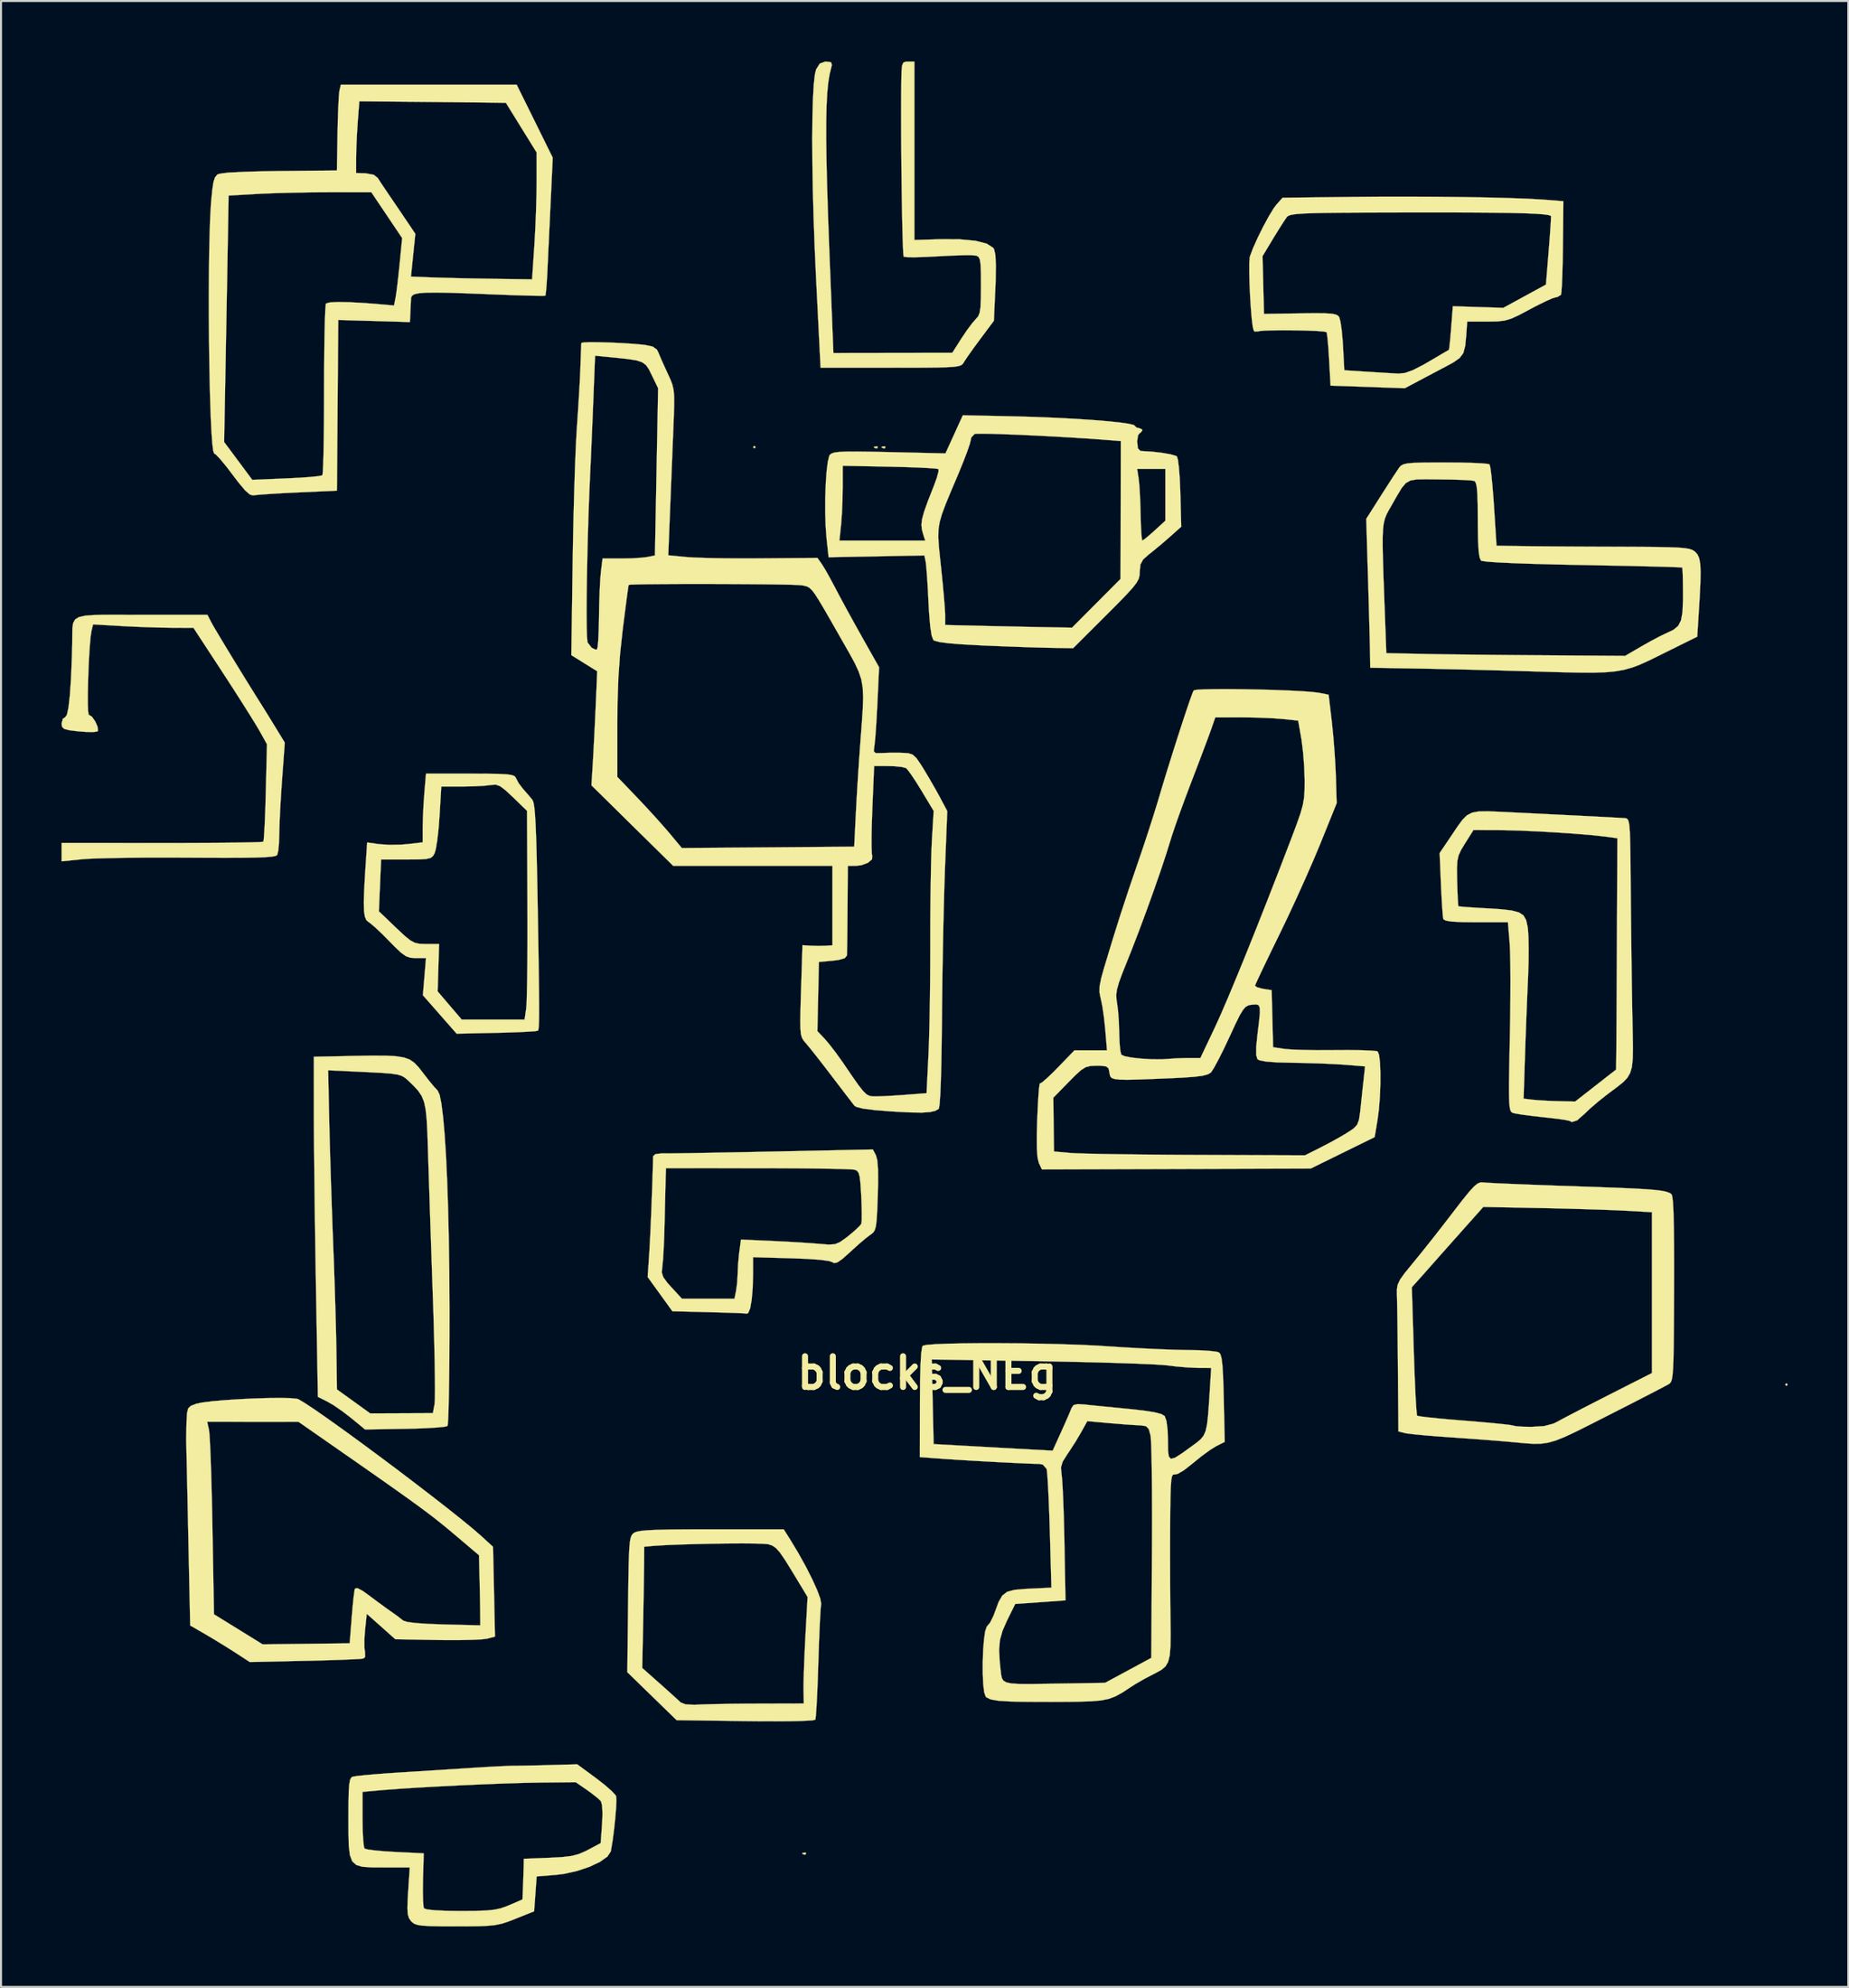
<source format=kicad_pcb>
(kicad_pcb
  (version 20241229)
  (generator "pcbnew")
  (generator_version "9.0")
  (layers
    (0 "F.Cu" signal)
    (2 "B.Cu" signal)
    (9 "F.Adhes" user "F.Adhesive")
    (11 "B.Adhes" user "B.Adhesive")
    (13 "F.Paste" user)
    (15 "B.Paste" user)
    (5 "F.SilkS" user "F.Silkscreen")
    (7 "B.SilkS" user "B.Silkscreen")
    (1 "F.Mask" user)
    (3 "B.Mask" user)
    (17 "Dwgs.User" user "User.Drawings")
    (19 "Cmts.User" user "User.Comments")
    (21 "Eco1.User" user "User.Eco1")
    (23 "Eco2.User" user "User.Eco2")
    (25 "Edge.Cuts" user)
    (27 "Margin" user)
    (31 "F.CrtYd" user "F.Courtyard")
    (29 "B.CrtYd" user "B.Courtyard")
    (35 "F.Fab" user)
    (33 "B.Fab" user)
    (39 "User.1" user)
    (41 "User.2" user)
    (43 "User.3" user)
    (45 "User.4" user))
  (footprint "blocks_NEg"
    (layer "F.Cu")
    (at 42.931 65.029)
    (property "Reference" "blocks_NEg" (at 0 0 0) (layer "F.SilkS") (effects (font (size 1.524 1.524) (thickness 0.3))))
    (attr through_hole)
    (fp_poly (pts (xy -8.509 -45.91) (xy -8.572 -45.847) (xy -8.636 -45.91) (xy -8.572 -45.974) (xy -8.509 -45.91)) (stroke (width 0.01) (type solid)) (fill yes) (layer "F.SilkS"))
    (fp_poly (pts (xy 42.672 0.572) (xy 42.608 0.635) (xy 42.545 0.572) (xy 42.608 0.508) (xy 42.672 0.572)) (stroke (width 0.01) (type solid)) (fill yes) (layer "F.SilkS"))
    (fp_poly (pts (xy -6.011 23.791) (xy -6.029 23.867) (xy -6.096 23.876) (xy -6.201 23.83) (xy -6.181 23.791) (xy -6.03 23.776) (xy -6.011 23.791)) (stroke (width 0.01) (type solid)) (fill yes) (layer "F.SilkS"))
    (fp_poly (pts (xy -2.455 -45.932) (xy -2.473 -45.856) (xy -2.54 -45.847) (xy -2.645 -45.893) (xy -2.625 -45.932) (xy -2.474 -45.947) (xy -2.455 -45.932)) (stroke (width 0.01) (type solid)) (fill yes) (layer "F.SilkS"))
    (fp_poly (pts (xy -2.074 -45.932) (xy -2.092 -45.856) (xy -2.159 -45.847) (xy -2.264 -45.893) (xy -2.244 -45.932) (xy -2.093 -45.947) (xy -2.074 -45.932)) (stroke (width 0.01) (type solid)) (fill yes) (layer "F.SilkS"))
    (fp_poly (pts (xy -6.794 8.256) (xy -6.393 8.921) (xy -6.022 9.589) (xy -5.703 10.219) (xy -5.455 10.767) (xy -5.3 11.189) (xy -5.258 11.442) (xy -5.26 11.45) (xy -5.282 11.664) (xy -5.309 12.088) (xy -5.338 12.68) (xy -5.367 13.398) (xy -5.394 14.198) (xy -5.401 14.409) (xy -5.427 15.209) (xy -5.457 15.924) (xy -5.488 16.515) (xy -5.517 16.941) (xy -5.543 17.165) (xy -5.55 17.187) (xy -5.694 17.218) (xy -6.064 17.242) (xy -6.631 17.258) (xy -7.368 17.265) (xy -8.246 17.264) (xy -9.025 17.256) (xy -12.427 17.209) (xy -13.649 16.02) (xy -14.871 14.832) (xy -14.868 14.622) (xy -14.132 14.622) (xy -13.257 15.398) (xy -12.852 15.759) (xy -12.508 16.07) (xy -12.278 16.281) (xy -12.226 16.331) (xy -11.982 16.426) (xy -11.546 16.449) (xy -11.4 16.441) (xy -11.052 16.426) (xy -10.507 16.412) (xy -9.822 16.4) (xy -9.053 16.392) (xy -8.425 16.389) (xy -6.119 16.383) (xy -6.133 15.716) (xy -6.131 15.351) (xy -6.116 14.796) (xy -6.09 14.118) (xy -6.056 13.38) (xy -6.04 13.075) (xy -5.932 11.101) (xy -6.695 9.839) (xy -7.037 9.285) (xy -7.292 8.912) (xy -7.493 8.682) (xy -7.678 8.553) (xy -7.88 8.486) (xy -7.888 8.484) (xy -8.128 8.463) (xy -8.573 8.451) (xy -9.176 8.446) (xy -9.889 8.45) (xy -10.663 8.46) (xy -11.451 8.477) (xy -12.204 8.499) (xy -12.874 8.525) (xy -13.413 8.556) (xy -13.589 8.569) (xy -14.034 8.609) (xy -14.041 9.543) (xy -14.047 10.004) (xy -14.056 10.648) (xy -14.069 11.403) (xy -14.083 12.197) (xy -14.09 12.55) (xy -14.132 14.622) (xy -14.868 14.622) (xy -14.833 11.47) (xy -14.821 10.455) (xy -14.808 9.665) (xy -14.791 9.069) (xy -14.769 8.637) (xy -14.739 8.338) (xy -14.698 8.144) (xy -14.645 8.024) (xy -14.576 7.948) (xy -14.549 7.927) (xy -14.429 7.872) (xy -14.219 7.829) (xy -13.893 7.797) (xy -13.423 7.774) (xy -12.782 7.758) (xy -11.945 7.75) (xy -10.885 7.747) (xy -10.709 7.747) (xy -7.115 7.747) (xy -6.794 8.256)) (stroke (width 0.01) (type solid)) (fill yes) (layer "F.SilkS"))
    (fp_poly (pts (xy -0.635 -56.179) (xy 0.641 -56.218) (xy 1.622 -56.214) (xy 2.396 -56.141) (xy 2.949 -55.999) (xy 3.271 -55.792) (xy 3.317 -55.725) (xy 3.38 -55.447) (xy 3.406 -54.921) (xy 3.395 -54.153) (xy 3.381 -53.819) (xy 3.306 -52.173) (xy 2.626 -51.264) (xy 2.303 -50.824) (xy 2.027 -50.436) (xy 1.843 -50.162) (xy 1.808 -50.102) (xy 1.757 -50.026) (xy 1.676 -49.968) (xy 1.537 -49.923) (xy 1.311 -49.891) (xy 0.968 -49.87) (xy 0.478 -49.857) (xy -0.186 -49.85) (xy -1.054 -49.848) (xy -1.809 -49.847) (xy -5.286 -49.847) (xy -5.511 -54.292) (xy -5.58 -55.811) (xy -5.634 -57.286) (xy -5.672 -58.694) (xy -5.694 -60.01) (xy -5.701 -61.211) (xy -5.691 -62.273) (xy -5.666 -63.173) (xy -5.626 -63.887) (xy -5.569 -64.392) (xy -5.509 -64.637) (xy -5.327 -64.926) (xy -5.067 -65.022) (xy -5.008 -65.024) (xy -4.77 -64.994) (xy -4.726 -64.859) (xy -4.756 -64.738) (xy -4.84 -64.4) (xy -4.907 -63.985) (xy -4.957 -63.473) (xy -4.991 -62.846) (xy -5.008 -62.086) (xy -5.009 -61.173) (xy -4.994 -60.088) (xy -4.963 -58.814) (xy -4.916 -57.33) (xy -4.853 -55.619) (xy -4.825 -54.911) (xy -4.652 -50.577) (xy 1.244 -50.586) (xy 1.708 -51.314) (xy 1.985 -51.724) (xy 2.247 -52.073) (xy 2.419 -52.266) (xy 2.529 -52.394) (xy 2.601 -52.573) (xy 2.643 -52.854) (xy 2.662 -53.289) (xy 2.667 -53.916) (xy 2.664 -54.539) (xy 2.648 -54.953) (xy 2.613 -55.203) (xy 2.551 -55.336) (xy 2.454 -55.397) (xy 2.419 -55.407) (xy 2.202 -55.424) (xy 1.789 -55.424) (xy 1.238 -55.407) (xy 0.605 -55.375) (xy 0.546 -55.372) (xy -0.072 -55.34) (xy -0.596 -55.325) (xy -0.974 -55.328) (xy -1.158 -55.349) (xy -1.165 -55.354) (xy -1.184 -55.493) (xy -1.203 -55.854) (xy -1.221 -56.401) (xy -1.238 -57.102) (xy -1.254 -57.923) (xy -1.267 -58.831) (xy -1.278 -59.791) (xy -1.287 -60.772) (xy -1.291 -61.739) (xy -1.292 -62.658) (xy -1.289 -63.496) (xy -1.283 -64.04) (xy -1.273 -64.534) (xy -1.246 -64.827) (xy -1.185 -64.971) (xy -1.073 -65.019) (xy -0.953 -65.024) (xy -0.635 -65.024) (xy -0.635 -56.179)) (stroke (width 0.01) (type solid)) (fill yes) (layer "F.SilkS"))
    (fp_poly (pts (xy -26.883 -15.738) (xy -26.352 -15.712) (xy -25.96 -15.65) (xy -25.667 -15.545) (xy -25.434 -15.386) (xy -25.223 -15.165) (xy -25.005 -14.885) (xy -24.707 -14.5) (xy -24.446 -14.185) (xy -24.278 -14.007) (xy -24.277 -14.006) (xy -24.181 -13.799) (xy -24.09 -13.354) (xy -24.007 -12.689) (xy -23.931 -11.82) (xy -23.864 -10.764) (xy -23.807 -9.537) (xy -23.76 -8.156) (xy -23.724 -6.638) (xy -23.7 -4.999) (xy -23.69 -3.257) (xy -23.69 -2.963) (xy -23.691 -1.806) (xy -23.697 -0.727) (xy -23.707 0.247) (xy -23.721 1.089) (xy -23.737 1.774) (xy -23.756 2.274) (xy -23.777 2.563) (xy -23.791 2.625) (xy -23.948 2.663) (xy -24.314 2.699) (xy -24.841 2.731) (xy -25.484 2.754) (xy -25.886 2.763) (xy -27.877 2.795) (xy -28.575 2.222) (xy -29.007 1.89) (xy -29.439 1.593) (xy -29.745 1.415) (xy -30.216 1.18) (xy -30.315 -4.458) (xy -30.337 -5.764) (xy -30.357 -7.101) (xy -30.375 -8.426) (xy -30.39 -9.693) (xy -30.403 -10.855) (xy -30.411 -11.869) (xy -30.415 -12.687) (xy -30.415 -12.89) (xy -30.416 -15.012) (xy -29.708 -15.012) (xy -29.654 -12.491) (xy -29.633 -11.631) (xy -29.603 -10.59) (xy -29.567 -9.441) (xy -29.527 -8.254) (xy -29.486 -7.105) (xy -29.462 -6.477) (xy -29.422 -5.433) (xy -29.386 -4.356) (xy -29.353 -3.309) (xy -29.326 -2.35) (xy -29.307 -1.541) (xy -29.299 -1.088) (xy -29.273 0.809) (xy -28.448 1.404) (xy -27.622 2) (xy -26.068 1.994) (xy -24.514 1.987) (xy -24.429 1.533) (xy -24.414 1.306) (xy -24.409 0.856) (xy -24.413 0.214) (xy -24.425 -0.588) (xy -24.446 -1.519) (xy -24.474 -2.549) (xy -24.509 -3.646) (xy -24.513 -3.747) (xy -24.555 -4.957) (xy -24.597 -6.197) (xy -24.639 -7.418) (xy -24.677 -8.57) (xy -24.711 -9.605) (xy -24.739 -10.472) (xy -24.755 -10.986) (xy -24.784 -11.875) (xy -24.819 -12.552) (xy -24.87 -13.061) (xy -24.95 -13.443) (xy -25.07 -13.741) (xy -25.244 -13.998) (xy -25.481 -14.255) (xy -25.738 -14.502) (xy -25.892 -14.637) (xy -26.054 -14.734) (xy -26.271 -14.801) (xy -26.589 -14.848) (xy -27.056 -14.884) (xy -27.718 -14.919) (xy -27.903 -14.928) (xy -29.708 -15.012) (xy -30.416 -15.012) (xy -30.416 -15.684) (xy -28.512 -15.723) (xy -27.59 -15.739) (xy -26.883 -15.738)) (stroke (width 0.01) (type solid)) (fill yes) (layer "F.SilkS"))
    (fp_poly (pts (xy -39.897 -37.594) (xy -38.977 -37.592) (xy -35.694 -37.592) (xy -35.484 -37.188) (xy -35.362 -36.971) (xy -35.132 -36.584) (xy -34.824 -36.072) (xy -34.465 -35.48) (xy -34.082 -34.854) (xy -33.703 -34.239) (xy -33.355 -33.68) (xy -33.067 -33.222) (xy -33.019 -33.147) (xy -32.897 -32.951) (xy -32.684 -32.607) (xy -32.423 -32.182) (xy -32.377 -32.107) (xy -31.858 -31.258) (xy -31.994 -29.416) (xy -32.045 -28.67) (xy -32.088 -27.93) (xy -32.118 -27.275) (xy -32.132 -26.78) (xy -32.133 -26.71) (xy -32.148 -26.248) (xy -32.186 -25.877) (xy -32.237 -25.684) (xy -32.32 -25.639) (xy -32.518 -25.603) (xy -32.855 -25.577) (xy -33.349 -25.559) (xy -34.024 -25.549) (xy -34.9 -25.547) (xy -35.999 -25.551) (xy -36.585 -25.554) (xy -37.654 -25.559) (xy -38.69 -25.557) (xy -39.653 -25.548) (xy -40.502 -25.535) (xy -41.199 -25.516) (xy -41.703 -25.493) (xy -41.878 -25.48) (xy -42.926 -25.374) (xy -42.926 -26.286) (xy -37.956 -26.283) (xy -36.858 -26.284) (xy -35.84 -26.288) (xy -34.931 -26.294) (xy -34.158 -26.303) (xy -33.55 -26.314) (xy -33.132 -26.327) (xy -32.934 -26.341) (xy -32.922 -26.345) (xy -32.899 -26.486) (xy -32.873 -26.841) (xy -32.846 -27.368) (xy -32.821 -28.028) (xy -32.8 -28.779) (xy -32.799 -28.794) (xy -32.741 -31.178) (xy -33.106 -31.835) (xy -33.288 -32.143) (xy -33.583 -32.62) (xy -33.961 -33.219) (xy -34.395 -33.898) (xy -34.857 -34.611) (xy -34.928 -34.72) (xy -36.386 -36.949) (xy -37.465 -36.954) (xy -38.076 -36.964) (xy -38.822 -36.987) (xy -39.584 -37.02) (xy -39.955 -37.039) (xy -41.365 -37.121) (xy -41.44 -36.817) (xy -41.485 -36.533) (xy -41.526 -36.087) (xy -41.563 -35.528) (xy -41.592 -34.908) (xy -41.614 -34.276) (xy -41.625 -33.684) (xy -41.625 -33.181) (xy -41.612 -32.818) (xy -41.584 -32.646) (xy -41.575 -32.639) (xy -41.422 -32.543) (xy -41.262 -32.317) (xy -41.146 -32.056) (xy -41.12 -31.856) (xy -41.15 -31.813) (xy -41.337 -31.783) (xy -41.695 -31.787) (xy -42.104 -31.819) (xy -42.548 -31.874) (xy -42.795 -31.938) (xy -42.902 -32.038) (xy -42.926 -32.2) (xy -42.926 -32.209) (xy -42.863 -32.445) (xy -42.752 -32.512) (xy -42.662 -32.638) (xy -42.582 -33.009) (xy -42.514 -33.62) (xy -42.458 -34.461) (xy -42.415 -35.525) (xy -42.398 -36.195) (xy -42.395 -36.615) (xy -42.39 -36.942) (xy -42.353 -37.188) (xy -42.257 -37.363) (xy -42.073 -37.48) (xy -41.773 -37.55) (xy -41.33 -37.585) (xy -40.714 -37.596) (xy -39.897 -37.594)) (stroke (width 0.01) (type solid)) (fill yes) (layer "F.SilkS"))
    (fp_poly (pts (xy -2.545 -10.804) (xy -2.476 -10.554) (xy -2.44 -10.108) (xy -2.436 -9.445) (xy -2.452 -8.788) (xy -2.478 -8.092) (xy -2.506 -7.606) (xy -2.544 -7.285) (xy -2.601 -7.085) (xy -2.684 -6.961) (xy -2.802 -6.87) (xy -2.811 -6.864) (xy -3.051 -6.682) (xy -3.401 -6.385) (xy -3.788 -6.034) (xy -3.819 -6.005) (xy -4.206 -5.659) (xy -4.461 -5.483) (xy -4.62 -5.454) (xy -4.676 -5.489) (xy -4.874 -5.558) (xy -5.312 -5.617) (xy -5.973 -5.663) (xy -6.731 -5.692) (xy -8.636 -5.746) (xy -8.636 -4.923) (xy -8.654 -4.228) (xy -8.703 -3.648) (xy -8.778 -3.22) (xy -8.873 -2.983) (xy -8.939 -2.949) (xy -9.112 -2.962) (xy -9.488 -2.979) (xy -10.018 -2.997) (xy -10.65 -3.015) (xy -10.858 -3.021) (xy -12.636 -3.065) (xy -13.249 -3.914) (xy -13.862 -4.763) (xy -13.847 -4.987) (xy -13.162 -4.987) (xy -13.09 -4.758) (xy -12.89 -4.482) (xy -12.689 -4.257) (xy -12.16 -3.683) (xy -9.557 -3.683) (xy -9.477 -4.08) (xy -9.422 -4.493) (xy -9.398 -4.941) (xy -9.398 -4.951) (xy -9.379 -5.386) (xy -9.333 -5.887) (xy -9.316 -6.022) (xy -9.235 -6.618) (xy -7.697 -6.55) (xy -6.998 -6.516) (xy -6.3 -6.475) (xy -5.692 -6.434) (xy -5.334 -6.405) (xy -4.879 -6.37) (xy -4.577 -6.39) (xy -4.326 -6.493) (xy -4.027 -6.705) (xy -3.915 -6.792) (xy -3.586 -7.067) (xy -3.347 -7.298) (xy -3.265 -7.407) (xy -3.246 -7.593) (xy -3.244 -7.968) (xy -3.257 -8.469) (xy -3.271 -8.785) (xy -3.306 -9.355) (xy -3.346 -9.722) (xy -3.405 -9.933) (xy -3.494 -10.04) (xy -3.605 -10.084) (xy -3.791 -10.101) (xy -4.2 -10.117) (xy -4.802 -10.13) (xy -5.566 -10.142) (xy -6.461 -10.151) (xy -7.456 -10.156) (xy -8.414 -10.158) (xy -12.954 -10.16) (xy -12.97 -9.684) (xy -12.978 -9.381) (xy -12.99 -8.887) (xy -13.005 -8.266) (xy -13.021 -7.581) (xy -13.024 -7.435) (xy -13.044 -6.752) (xy -13.071 -6.126) (xy -13.102 -5.618) (xy -13.134 -5.29) (xy -13.14 -5.247) (xy -13.162 -4.987) (xy -13.847 -4.987) (xy -13.785 -5.905) (xy -13.755 -6.415) (xy -13.721 -7.109) (xy -13.686 -7.916) (xy -13.653 -8.767) (xy -13.624 -9.592) (xy -13.602 -10.319) (xy -13.592 -10.754) (xy -13.477 -10.856) (xy -13.19 -10.89) (xy -13.176 -10.89) (xy -12.96 -10.89) (xy -12.521 -10.894) (xy -11.887 -10.903) (xy -11.089 -10.917) (xy -10.158 -10.934) (xy -9.123 -10.953) (xy -8.014 -10.976) (xy -7.73 -10.982) (xy -2.697 -11.088) (xy -2.545 -10.804)) (stroke (width 0.01) (type solid)) (fill yes) (layer "F.SilkS"))
    (fp_poly (pts (xy -21.859 -29.716) (xy -21.276 -29.707) (xy -20.875 -29.688) (xy -20.621 -29.655) (xy -20.478 -29.605) (xy -20.409 -29.534) (xy -20.393 -29.496) (xy -20.261 -29.248) (xy -20.04 -28.959) (xy -20.036 -28.955) (xy -19.78 -28.662) (xy -19.577 -28.418) (xy -19.529 -28.303) (xy -19.487 -28.073) (xy -19.451 -27.71) (xy -19.42 -27.19) (xy -19.392 -26.494) (xy -19.366 -25.601) (xy -19.341 -24.488) (xy -19.324 -23.594) (xy -19.299 -22.117) (xy -19.278 -20.875) (xy -19.263 -19.847) (xy -19.252 -19.014) (xy -19.247 -18.356) (xy -19.246 -17.852) (xy -19.251 -17.484) (xy -19.26 -17.232) (xy -19.274 -17.075) (xy -19.293 -16.995) (xy -19.304 -16.976) (xy -19.446 -16.952) (xy -19.798 -16.927) (xy -20.314 -16.902) (xy -20.949 -16.881) (xy -21.352 -16.871) (xy -23.336 -16.828) (xy -24.172 -17.78) (xy -25.009 -18.733) (xy -24.855 -20.574) (xy -25.361 -20.574) (xy -25.622 -20.591) (xy -25.847 -20.668) (xy -26.091 -20.84) (xy -26.412 -21.145) (xy -26.663 -21.402) (xy -27.046 -21.788) (xy -27.39 -22.111) (xy -27.638 -22.319) (xy -27.699 -22.359) (xy -27.81 -22.455) (xy -27.886 -22.626) (xy -27.927 -22.895) (xy -27.192 -22.895) (xy -26.345 -22.084) (xy -25.937 -21.701) (xy -25.647 -21.462) (xy -25.412 -21.334) (xy -25.169 -21.282) (xy -24.856 -21.273) (xy -24.851 -21.273) (xy -24.206 -21.273) (xy -24.242 -20.099) (xy -24.278 -18.925) (xy -23.681 -18.225) (xy -23.083 -17.526) (xy -19.968 -17.526) (xy -19.886 -18.073) (xy -19.867 -18.325) (xy -19.852 -18.798) (xy -19.839 -19.46) (xy -19.829 -20.277) (xy -19.823 -21.218) (xy -19.822 -22.248) (xy -19.824 -23.248) (xy -19.845 -27.877) (xy -20.545 -28.555) (xy -20.92 -28.904) (xy -21.182 -29.1) (xy -21.391 -29.174) (xy -21.606 -29.162) (xy -21.624 -29.159) (xy -21.931 -29.123) (xy -22.401 -29.096) (xy -22.941 -29.083) (xy -23.05 -29.083) (xy -24.097 -29.083) (xy -24.187 -27.579) (xy -24.235 -26.957) (xy -24.299 -26.404) (xy -24.368 -25.984) (xy -24.43 -25.77) (xy -24.514 -25.629) (xy -24.632 -25.54) (xy -24.838 -25.49) (xy -25.183 -25.469) (xy -25.72 -25.464) (xy -25.832 -25.463) (xy -27.081 -25.463) (xy -27.137 -24.179) (xy -27.192 -22.895) (xy -27.927 -22.895) (xy -27.928 -22.906) (xy -27.94 -23.327) (xy -27.922 -23.924) (xy -27.878 -24.728) (xy -27.856 -25.06) (xy -27.773 -26.307) (xy -27.156 -26.222) (xy -26.665 -26.19) (xy -26.091 -26.2) (xy -25.779 -26.226) (xy -25.019 -26.314) (xy -25.019 -27.044) (xy -25.007 -27.557) (xy -24.977 -28.182) (xy -24.937 -28.746) (xy -24.855 -29.718) (xy -22.659 -29.718) (xy -21.859 -29.716)) (stroke (width 0.01) (type solid)) (fill yes) (layer "F.SilkS"))
    (fp_poly (pts (xy -31.586 1.244) (xy -31.26 1.275) (xy -31.18 1.298) (xy -30.855 1.492) (xy -30.359 1.821) (xy -29.724 2.264) (xy -28.977 2.797) (xy -28.149 3.4) (xy -27.269 4.05) (xy -26.366 4.725) (xy -25.471 5.404) (xy -24.612 6.063) (xy -23.818 6.681) (xy -23.12 7.236) (xy -22.547 7.705) (xy -22.128 8.068) (xy -22.109 8.085) (xy -21.532 8.614) (xy -21.483 10.84) (xy -21.435 13.066) (xy -21.828 13.169) (xy -22.087 13.202) (xy -22.546 13.225) (xy -23.153 13.238) (xy -23.854 13.24) (xy -24.3 13.234) (xy -26.378 13.196) (xy -27.085 12.566) (xy -27.793 11.936) (xy -27.88 12.748) (xy -27.912 13.218) (xy -27.91 13.618) (xy -27.881 13.829) (xy -27.874 14.078) (xy -27.963 14.154) (xy -28.135 14.173) (xy -28.521 14.194) (xy -29.082 14.218) (xy -29.778 14.241) (xy -30.568 14.262) (xy -30.861 14.268) (xy -33.592 14.327) (xy -34.353 13.834) (xy -34.878 13.502) (xy -35.449 13.154) (xy -35.832 12.928) (xy -36.548 12.516) (xy -36.642 8.133) (xy -36.664 7.09) (xy -36.685 6.116) (xy -36.704 5.246) (xy -36.72 4.509) (xy -36.733 3.937) (xy -36.741 3.564) (xy -36.745 3.431) (xy -36.745 3.123) (xy -36.737 2.683) (xy -36.729 2.413) (xy -35.707 2.413) (xy -35.616 2.826) (xy -35.592 3.048) (xy -35.566 3.492) (xy -35.538 4.124) (xy -35.511 4.912) (xy -35.485 5.823) (xy -35.462 6.824) (xy -35.447 7.599) (xy -35.37 11.959) (xy -32.956 13.451) (xy -28.639 13.399) (xy -28.539 12.129) (xy -28.492 11.573) (xy -28.444 11.106) (xy -28.402 10.789) (xy -28.383 10.695) (xy -28.264 10.659) (xy -27.989 10.803) (xy -27.697 11.013) (xy -27.266 11.336) (xy -26.835 11.65) (xy -26.607 11.811) (xy -26.284 12.041) (xy -26.035 12.233) (xy -25.986 12.274) (xy -25.787 12.339) (xy -25.362 12.394) (xy -24.735 12.437) (xy -23.993 12.464) (xy -22.162 12.509) (xy -22.167 11.906) (xy -22.172 11.491) (xy -22.182 10.928) (xy -22.195 10.321) (xy -22.199 10.169) (xy -22.225 9.034) (xy -23.336 8.092) (xy -23.701 7.785) (xy -24.047 7.5) (xy -24.4 7.219) (xy -24.785 6.924) (xy -25.227 6.596) (xy -25.751 6.216) (xy -26.381 5.767) (xy -27.143 5.23) (xy -28.062 4.587) (xy -29.163 3.82) (xy -29.273 3.743) (xy -31.178 2.417) (xy -35.707 2.413) (xy -36.729 2.413) (xy -36.728 2.391) (xy -36.706 1.98) (xy -36.647 1.749) (xy -36.513 1.622) (xy -36.263 1.526) (xy -36.26 1.524) (xy -35.951 1.459) (xy -35.462 1.398) (xy -34.843 1.344) (xy -34.145 1.298) (xy -33.419 1.262) (xy -32.717 1.24) (xy -32.088 1.233) (xy -31.586 1.244)) (stroke (width 0.01) (type solid)) (fill yes) (layer "F.SilkS"))
    (fp_poly (pts (xy 27.559 -9.453) (xy 27.76 -9.436) (xy 28.182 -9.413) (xy 28.793 -9.385) (xy 29.558 -9.354) (xy 30.445 -9.32) (xy 31.422 -9.285) (xy 32.004 -9.266) (xy 33.221 -9.224) (xy 34.209 -9.187) (xy 34.995 -9.153) (xy 35.604 -9.119) (xy 36.062 -9.083) (xy 36.394 -9.043) (xy 36.627 -8.998) (xy 36.785 -8.945) (xy 36.895 -8.881) (xy 36.91 -8.87) (xy 36.951 -8.749) (xy 36.984 -8.45) (xy 37.009 -7.959) (xy 37.026 -7.263) (xy 37.036 -6.349) (xy 37.039 -5.204) (xy 37.037 -4.179) (xy 37.032 -2.979) (xy 37.026 -2.008) (xy 37.018 -1.24) (xy 37.005 -0.651) (xy 36.988 -0.215) (xy 36.963 0.093) (xy 36.931 0.299) (xy 36.889 0.426) (xy 36.836 0.502) (xy 36.773 0.549) (xy 36.594 0.646) (xy 36.222 0.841) (xy 35.693 1.115) (xy 35.039 1.451) (xy 34.296 1.831) (xy 33.725 2.122) (xy 32.848 2.567) (xy 32.158 2.912) (xy 31.615 3.166) (xy 31.176 3.341) (xy 30.802 3.449) (xy 30.452 3.501) (xy 30.084 3.508) (xy 29.659 3.481) (xy 29.134 3.431) (xy 29.02 3.42) (xy 28.519 3.376) (xy 27.843 3.322) (xy 27.067 3.264) (xy 26.271 3.208) (xy 26.013 3.19) (xy 25.302 3.139) (xy 24.66 3.086) (xy 24.138 3.036) (xy 23.79 2.993) (xy 23.695 2.975) (xy 23.368 2.893) (xy 23.344 -0.173) (xy 23.336 -1.069) (xy 23.327 -1.915) (xy 23.318 -2.667) (xy 23.308 -3.279) (xy 23.299 -3.708) (xy 23.294 -3.855) (xy 23.292 -4.149) (xy 23.31 -4.255) (xy 24.033 -4.255) (xy 24.129 -1.106) (xy 24.158 -0.237) (xy 24.19 0.545) (xy 24.221 1.207) (xy 24.252 1.712) (xy 24.279 2.025) (xy 24.296 2.114) (xy 24.44 2.146) (xy 24.795 2.191) (xy 25.322 2.246) (xy 25.977 2.306) (xy 26.685 2.364) (xy 27.425 2.425) (xy 28.074 2.483) (xy 28.591 2.536) (xy 28.935 2.578) (xy 29.064 2.606) (xy 29.213 2.637) (xy 29.543 2.659) (xy 29.963 2.667) (xy 30.589 2.63) (xy 31.055 2.506) (xy 31.244 2.414) (xy 31.498 2.275) (xy 31.934 2.046) (xy 32.505 1.749) (xy 33.167 1.409) (xy 33.814 1.079) (xy 35.941 -0.001) (xy 35.941 -7.977) (xy 34.639 -8.05) (xy 34.113 -8.075) (xy 33.394 -8.102) (xy 32.542 -8.129) (xy 31.618 -8.155) (xy 30.684 -8.177) (xy 30.458 -8.181) (xy 27.578 -8.238) (xy 26.584 -7.124) (xy 26.14 -6.625) (xy 25.71 -6.141) (xy 25.35 -5.736) (xy 25.153 -5.513) (xy 24.817 -5.133) (xy 24.484 -4.758) (xy 24.374 -4.636) (xy 24.033 -4.255) (xy 23.31 -4.255) (xy 23.334 -4.388) (xy 23.449 -4.632) (xy 23.667 -4.939) (xy 24.018 -5.37) (xy 24.078 -5.443) (xy 24.463 -5.914) (xy 24.944 -6.517) (xy 25.465 -7.18) (xy 25.97 -7.834) (xy 26.065 -7.958) (xy 26.526 -8.556) (xy 26.866 -8.976) (xy 27.113 -9.247) (xy 27.297 -9.397) (xy 27.445 -9.455) (xy 27.559 -9.453)) (stroke (width 0.01) (type solid)) (fill yes) (layer "F.SilkS"))
    (fp_poly (pts (xy -16.427 20.082) (xy -16.005 20.409) (xy -15.666 20.704) (xy -15.461 20.92) (xy -15.427 20.978) (xy -15.413 21.185) (xy -15.431 21.577) (xy -15.472 22.084) (xy -15.531 22.641) (xy -15.601 23.18) (xy -15.676 23.633) (xy -15.694 23.724) (xy -15.863 23.977) (xy -16.232 24.236) (xy -16.748 24.48) (xy -17.358 24.685) (xy -18.011 24.83) (xy -18.415 24.879) (xy -19.367 24.956) (xy -19.494 26.687) (xy -20.424 27.059) (xy -20.789 27.201) (xy -21.101 27.301) (xy -21.415 27.367) (xy -21.788 27.406) (xy -22.275 27.425) (xy -22.931 27.432) (xy -23.357 27.432) (xy -24.119 27.43) (xy -24.668 27.419) (xy -25.046 27.397) (xy -25.294 27.357) (xy -25.452 27.295) (xy -25.564 27.207) (xy -25.59 27.179) (xy -25.697 27.028) (xy -25.757 26.831) (xy -25.777 26.529) (xy -25.761 26.063) (xy -25.74 25.718) (xy -25.661 24.511) (xy -26.984 24.511) (xy -27.572 24.508) (xy -28.008 24.479) (xy -28.314 24.388) (xy -28.514 24.205) (xy -28.63 23.895) (xy -28.685 23.425) (xy -28.701 22.763) (xy -28.702 22.02) (xy -28.699 21.266) (xy -28.686 20.765) (xy -28.003 20.765) (xy -28.003 22.119) (xy -27.995 22.684) (xy -27.97 23.154) (xy -27.935 23.471) (xy -27.902 23.575) (xy -27.742 23.621) (xy -27.383 23.67) (xy -26.881 23.714) (xy -26.385 23.744) (xy -24.968 23.812) (xy -25.004 25.11) (xy -25.011 25.667) (xy -25.002 26.132) (xy -24.98 26.445) (xy -24.958 26.539) (xy -24.799 26.594) (xy -24.417 26.635) (xy -23.843 26.662) (xy -23.138 26.671) (xy -22.407 26.666) (xy -21.871 26.647) (xy -21.473 26.607) (xy -21.154 26.539) (xy -20.857 26.436) (xy -20.735 26.385) (xy -20.07 26.099) (xy -20.044 25.463) (xy -20.027 25.003) (xy -20.014 24.584) (xy -20.01 24.455) (xy -20.003 24.082) (xy -18.733 24.033) (xy -18.097 23.998) (xy -17.638 23.942) (xy -17.277 23.848) (xy -16.938 23.702) (xy -16.828 23.644) (xy -16.192 23.305) (xy -16.122 22.352) (xy -16.102 21.834) (xy -16.123 21.437) (xy -16.178 21.23) (xy -16.351 21.064) (xy -16.655 20.826) (xy -16.869 20.672) (xy -17.433 20.284) (xy -19.162 20.302) (xy -19.937 20.317) (xy -20.884 20.346) (xy -21.944 20.387) (xy -23.059 20.436) (xy -24.17 20.492) (xy -25.218 20.55) (xy -26.145 20.608) (xy -26.892 20.664) (xy -27.051 20.678) (xy -28.003 20.765) (xy -28.686 20.765) (xy -28.686 20.729) (xy -28.659 20.372) (xy -28.616 20.157) (xy -28.553 20.048) (xy -28.502 20.016) (xy -28.312 19.983) (xy -27.916 19.939) (xy -27.362 19.89) (xy -26.698 19.84) (xy -26.248 19.81) (xy -25.376 19.755) (xy -24.426 19.695) (xy -23.501 19.636) (xy -22.703 19.585) (xy -22.543 19.574) (xy -21.885 19.534) (xy -21.288 19.501) (xy -20.813 19.479) (xy -20.525 19.471) (xy -20.511 19.471) (xy -20.227 19.469) (xy -19.761 19.46) (xy -19.185 19.448) (xy -18.742 19.436) (xy -17.355 19.399) (xy -16.427 20.082)) (stroke (width 0.01) (type solid)) (fill yes) (layer "F.SilkS"))
    (fp_poly (pts (xy 25.176 -58.323) (xy 26.502 -58.309) (xy 27.735 -58.288) (xy 28.837 -58.259) (xy 29.77 -58.225) (xy 30.495 -58.184) (xy 30.601 -58.176) (xy 31.548 -58.102) (xy 31.525 -55.842) (xy 31.514 -55.105) (xy 31.497 -54.455) (xy 31.475 -53.935) (xy 31.45 -53.588) (xy 31.428 -53.46) (xy 31.249 -53.35) (xy 31.17 -53.34) (xy 30.985 -53.282) (xy 30.636 -53.126) (xy 30.181 -52.899) (xy 29.876 -52.737) (xy 29.35 -52.458) (xy 28.964 -52.281) (xy 28.634 -52.184) (xy 28.281 -52.143) (xy 27.821 -52.134) (xy 27.772 -52.133) (xy 26.779 -52.133) (xy 26.732 -51.462) (xy 26.681 -50.931) (xy 26.589 -50.58) (xy 26.41 -50.333) (xy 26.099 -50.115) (xy 25.812 -49.957) (xy 25.277 -49.674) (xy 24.697 -49.367) (xy 24.384 -49.201) (xy 23.686 -48.831) (xy 20.003 -48.959) (xy 19.931 -50.257) (xy 19.897 -50.804) (xy 19.859 -51.249) (xy 19.824 -51.535) (xy 19.804 -51.611) (xy 19.652 -51.643) (xy 19.305 -51.669) (xy 18.823 -51.689) (xy 18.266 -51.701) (xy 17.693 -51.705) (xy 17.163 -51.701) (xy 16.737 -51.688) (xy 16.473 -51.664) (xy 16.422 -51.65) (xy 16.241 -51.641) (xy 16.194 -51.686) (xy 16.145 -51.882) (xy 16.096 -52.272) (xy 16.052 -52.796) (xy 16.014 -53.393) (xy 15.986 -54.004) (xy 15.972 -54.569) (xy 15.974 -55.028) (xy 15.995 -55.32) (xy 16.005 -55.363) (xy 16.01 -55.377) (xy 16.629 -55.377) (xy 16.701 -52.514) (xy 18.508 -52.542) (xy 19.228 -52.549) (xy 19.734 -52.545) (xy 20.069 -52.524) (xy 20.272 -52.482) (xy 20.385 -52.415) (xy 20.436 -52.345) (xy 20.495 -52.123) (xy 20.554 -51.718) (xy 20.602 -51.199) (xy 20.62 -50.92) (xy 20.684 -49.721) (xy 21.804 -49.649) (xy 22.374 -49.613) (xy 22.902 -49.581) (xy 23.295 -49.558) (xy 23.372 -49.554) (xy 23.69 -49.586) (xy 24.085 -49.726) (xy 24.608 -49.995) (xy 24.833 -50.124) (xy 25.277 -50.385) (xy 25.629 -50.592) (xy 25.838 -50.714) (xy 25.874 -50.735) (xy 25.896 -50.861) (xy 25.93 -51.179) (xy 25.97 -51.633) (xy 25.985 -51.824) (xy 26.067 -52.895) (xy 27.318 -52.855) (xy 28.569 -52.815) (xy 29.627 -53.392) (xy 30.685 -53.969) (xy 30.822 -55.655) (xy 30.871 -56.278) (xy 30.909 -56.802) (xy 30.931 -57.178) (xy 30.936 -57.361) (xy 30.934 -57.37) (xy 30.829 -57.413) (xy 30.586 -57.45) (xy 30.192 -57.48) (xy 29.631 -57.504) (xy 28.888 -57.522) (xy 27.949 -57.534) (xy 26.8 -57.542) (xy 25.424 -57.545) (xy 23.954 -57.544) (xy 22.565 -57.541) (xy 21.408 -57.537) (xy 20.461 -57.531) (xy 19.703 -57.522) (xy 19.111 -57.509) (xy 18.663 -57.492) (xy 18.338 -57.469) (xy 18.114 -57.44) (xy 17.969 -57.404) (xy 17.881 -57.36) (xy 17.829 -57.31) (xy 17.683 -57.096) (xy 17.452 -56.735) (xy 17.185 -56.301) (xy 17.143 -56.232) (xy 16.629 -55.377) (xy 16.01 -55.377) (xy 16.157 -55.772) (xy 16.389 -56.289) (xy 16.663 -56.841) (xy 16.942 -57.356) (xy 17.188 -57.759) (xy 17.319 -57.934) (xy 17.624 -58.274) (xy 21.036 -58.315) (xy 22.405 -58.327) (xy 23.798 -58.329) (xy 25.176 -58.323)) (stroke (width 0.01) (type solid)) (fill yes) (layer "F.SilkS"))
    (fp_poly (pts (xy 28.444 -27.827) (xy 28.956 -27.802) (xy 29.761 -27.763) (xy 30.627 -27.72) (xy 31.51 -27.676) (xy 32.365 -27.633) (xy 33.146 -27.593) (xy 33.809 -27.558) (xy 34.31 -27.53) (xy 34.603 -27.513) (xy 34.608 -27.513) (xy 34.683 -27.499) (xy 34.742 -27.45) (xy 34.788 -27.338) (xy 34.821 -27.135) (xy 34.845 -26.812) (xy 34.861 -26.34) (xy 34.873 -25.692) (xy 34.882 -24.839) (xy 34.888 -24.067) (xy 34.898 -22.948) (xy 34.911 -21.72) (xy 34.927 -20.466) (xy 34.943 -19.267) (xy 34.96 -18.203) (xy 34.968 -17.789) (xy 34.987 -16.853) (xy 34.998 -16.132) (xy 34.989 -15.588) (xy 34.947 -15.183) (xy 34.86 -14.879) (xy 34.717 -14.636) (xy 34.505 -14.416) (xy 34.213 -14.182) (xy 33.827 -13.895) (xy 33.718 -13.813) (xy 33.281 -13.466) (xy 32.872 -13.115) (xy 32.583 -12.84) (xy 32.227 -12.528) (xy 31.967 -12.447) (xy 31.863 -12.502) (xy 31.721 -12.537) (xy 31.383 -12.589) (xy 30.904 -12.648) (xy 30.528 -12.689) (xy 29.963 -12.753) (xy 29.479 -12.818) (xy 29.14 -12.876) (xy 29.031 -12.904) (xy 28.968 -12.944) (xy 28.92 -13.029) (xy 28.885 -13.187) (xy 28.863 -13.446) (xy 28.853 -13.833) (xy 28.853 -14.376) (xy 28.863 -15.103) (xy 28.881 -16.042) (xy 28.893 -16.622) (xy 28.911 -17.62) (xy 28.921 -18.592) (xy 28.924 -19.49) (xy 28.919 -20.271) (xy 28.906 -20.89) (xy 28.886 -21.3) (xy 28.886 -21.304) (xy 28.799 -22.352) (xy 27.222 -22.352) (xy 26.503 -22.36) (xy 26.01 -22.386) (xy 25.717 -22.433) (xy 25.598 -22.503) (xy 25.595 -22.511) (xy 25.57 -22.694) (xy 25.54 -23.075) (xy 25.509 -23.599) (xy 25.479 -24.212) (xy 25.479 -24.227) (xy 25.446 -25.014) (xy 26.27 -25.014) (xy 26.278 -24.472) (xy 26.28 -24.384) (xy 26.296 -23.861) (xy 26.315 -23.445) (xy 26.333 -23.194) (xy 26.342 -23.146) (xy 26.473 -23.127) (xy 26.804 -23.1) (xy 27.281 -23.069) (xy 27.696 -23.045) (xy 28.448 -22.998) (xy 28.985 -22.936) (xy 29.347 -22.838) (xy 29.573 -22.687) (xy 29.701 -22.461) (xy 29.772 -22.143) (xy 29.79 -22.013) (xy 29.816 -21.619) (xy 29.827 -21.045) (xy 29.821 -20.366) (xy 29.798 -19.654) (xy 29.794 -19.58) (xy 29.76 -18.803) (xy 29.722 -17.874) (xy 29.685 -16.896) (xy 29.652 -15.971) (xy 29.644 -15.725) (xy 29.576 -13.606) (xy 29.996 -13.554) (xy 30.347 -13.524) (xy 30.836 -13.497) (xy 31.274 -13.482) (xy 32.132 -13.462) (xy 34.163 -15.049) (xy 34.173 -15.811) (xy 34.176 -16.109) (xy 34.18 -16.627) (xy 34.184 -17.334) (xy 34.189 -18.195) (xy 34.194 -19.179) (xy 34.199 -20.251) (xy 34.204 -21.379) (xy 34.205 -21.546) (xy 34.227 -26.518) (xy 33.592 -26.603) (xy 32.975 -26.671) (xy 32.177 -26.738) (xy 31.27 -26.801) (xy 30.329 -26.855) (xy 29.426 -26.895) (xy 28.634 -26.917) (xy 28.372 -26.92) (xy 27.089 -26.924) (xy 26.669 -26.257) (xy 26.473 -25.934) (xy 26.352 -25.669) (xy 26.29 -25.388) (xy 26.27 -25.014) (xy 25.446 -25.014) (xy 25.414 -25.785) (xy 25.992 -26.64) (xy 26.301 -27.1) (xy 26.543 -27.432) (xy 26.767 -27.654) (xy 27.021 -27.786) (xy 27.352 -27.846) (xy 27.811 -27.853) (xy 28.444 -27.827)) (stroke (width 0.01) (type solid)) (fill yes) (layer "F.SilkS"))
    (fp_poly (pts (xy 26.399 -45.143) (xy 27.016 -45.128) (xy 27.499 -45.105) (xy 27.803 -45.077) (xy 27.886 -45.054) (xy 27.926 -44.901) (xy 27.975 -44.54) (xy 28.028 -44.017) (xy 28.08 -43.378) (xy 28.107 -42.99) (xy 28.233 -41.021) (xy 29.452 -41.001) (xy 29.91 -40.996) (xy 30.574 -40.99) (xy 31.395 -40.984) (xy 32.325 -40.978) (xy 33.316 -40.973) (xy 34.244 -40.97) (xy 35.296 -40.965) (xy 36.123 -40.958) (xy 36.756 -40.946) (xy 37.223 -40.929) (xy 37.556 -40.902) (xy 37.783 -40.866) (xy 37.935 -40.817) (xy 38.041 -40.753) (xy 38.086 -40.716) (xy 38.204 -40.58) (xy 38.286 -40.394) (xy 38.335 -40.123) (xy 38.354 -39.731) (xy 38.343 -39.18) (xy 38.307 -38.436) (xy 38.27 -37.834) (xy 38.187 -36.513) (xy 36.842 -35.847) (xy 36.26 -35.558) (xy 35.774 -35.32) (xy 35.351 -35.129) (xy 34.96 -34.981) (xy 34.569 -34.871) (xy 34.147 -34.795) (xy 33.66 -34.749) (xy 33.078 -34.729) (xy 32.367 -34.73) (xy 31.498 -34.748) (xy 30.437 -34.778) (xy 29.21 -34.815) (xy 28.206 -34.842) (xy 27.105 -34.871) (xy 25.998 -34.897) (xy 24.975 -34.919) (xy 24.225 -34.933) (xy 21.971 -34.971) (xy 21.96 -35.742) (xy 21.953 -36.096) (xy 21.939 -36.655) (xy 21.92 -37.369) (xy 21.897 -38.191) (xy 21.872 -39.07) (xy 21.861 -39.434) (xy 21.816 -40.939) (xy 22.588 -40.939) (xy 22.602 -40.276) (xy 22.629 -39.431) (xy 22.668 -38.373) (xy 22.686 -37.881) (xy 22.767 -35.694) (xy 24.623 -35.655) (xy 25.233 -35.644) (xy 26.046 -35.632) (xy 27.009 -35.621) (xy 28.073 -35.609) (xy 29.185 -35.599) (xy 30.294 -35.59) (xy 30.546 -35.588) (xy 34.612 -35.56) (xy 35.435 -36.04) (xy 35.902 -36.303) (xy 36.341 -36.535) (xy 36.658 -36.685) (xy 36.662 -36.687) (xy 37.008 -36.852) (xy 37.24 -37.045) (xy 37.382 -37.316) (xy 37.455 -37.716) (xy 37.48 -38.298) (xy 37.482 -38.608) (xy 37.478 -39.152) (xy 37.468 -39.591) (xy 37.453 -39.87) (xy 37.442 -39.94) (xy 37.31 -39.951) (xy 36.952 -39.965) (xy 36.396 -39.981) (xy 35.669 -40) (xy 34.798 -40.02) (xy 33.812 -40.04) (xy 32.739 -40.061) (xy 32.512 -40.065) (xy 31.184 -40.092) (xy 30.037 -40.123) (xy 29.083 -40.156) (xy 28.336 -40.192) (xy 27.81 -40.228) (xy 27.518 -40.266) (xy 27.464 -40.285) (xy 27.395 -40.432) (xy 27.347 -40.755) (xy 27.318 -41.278) (xy 27.306 -42.025) (xy 27.305 -42.293) (xy 27.3 -43.057) (xy 27.283 -43.601) (xy 27.251 -43.957) (xy 27.2 -44.158) (xy 27.132 -44.235) (xy 26.943 -44.261) (xy 26.556 -44.284) (xy 26.027 -44.301) (xy 25.41 -44.309) (xy 25.382 -44.309) (xy 24.731 -44.316) (xy 24.276 -44.309) (xy 23.962 -44.255) (xy 23.733 -44.125) (xy 23.533 -43.887) (xy 23.304 -43.508) (xy 23.009 -42.989) (xy 22.88 -42.765) (xy 22.777 -42.568) (xy 22.698 -42.367) (xy 22.641 -42.134) (xy 22.605 -41.838) (xy 22.588 -41.45) (xy 22.588 -40.939) (xy 21.816 -40.939) (xy 21.774 -42.355) (xy 22.499 -43.498) (xy 22.819 -43.998) (xy 23.105 -44.441) (xy 23.321 -44.767) (xy 23.408 -44.895) (xy 23.493 -44.989) (xy 23.615 -45.056) (xy 23.814 -45.102) (xy 24.129 -45.129) (xy 24.6 -45.143) (xy 25.265 -45.148) (xy 25.692 -45.148) (xy 26.399 -45.143)) (stroke (width 0.01) (type solid)) (fill yes) (layer "F.SilkS"))
    (fp_poly (pts (xy 4.344 -47.434) (xy 5.367 -47.405) (xy 6.372 -47.364) (xy 7.327 -47.314) (xy 8.201 -47.256) (xy 8.963 -47.193) (xy 9.58 -47.128) (xy 10.022 -47.063) (xy 10.257 -47) (xy 10.287 -46.971) (xy 10.39 -46.875) (xy 10.477 -46.863) (xy 10.647 -46.794) (xy 10.668 -46.736) (xy 10.571 -46.613) (xy 10.541 -46.609) (xy 10.457 -46.497) (xy 10.415 -46.223) (xy 10.414 -46.164) (xy 10.448 -45.849) (xy 10.569 -45.724) (xy 10.636 -45.714) (xy 11.136 -45.685) (xy 11.634 -45.628) (xy 12.057 -45.556) (xy 12.33 -45.479) (xy 12.383 -45.449) (xy 12.433 -45.282) (xy 12.481 -44.913) (xy 12.521 -44.393) (xy 12.549 -43.772) (xy 12.553 -43.645) (xy 12.597 -41.964) (xy 12.033 -41.461) (xy 11.625 -41.107) (xy 11.205 -40.76) (xy 11.006 -40.603) (xy 10.707 -40.339) (xy 10.572 -40.087) (xy 10.541 -39.744) (xy 10.532 -39.556) (xy 10.487 -39.38) (xy 10.383 -39.186) (xy 10.194 -38.941) (xy 9.897 -38.613) (xy 9.468 -38.171) (xy 8.888 -37.59) (xy 7.235 -35.941) (xy 6.062 -35.96) (xy 5.523 -35.973) (xy 4.806 -35.996) (xy 3.985 -36.026) (xy 3.135 -36.06) (xy 2.679 -36.08) (xy 1.751 -36.13) (xy 1.064 -36.185) (xy 0.601 -36.247) (xy 0.349 -36.317) (xy 0.306 -36.347) (xy 0.222 -36.563) (xy 0.15 -37.025) (xy 0.092 -37.723) (xy 0.064 -38.227) (xy 0.031 -38.887) (xy -0.006 -39.476) (xy -0.042 -39.938) (xy -0.072 -40.214) (xy -0.077 -40.241) (xy -0.139 -40.54) (xy -2.514 -40.495) (xy -4.889 -40.45) (xy -4.978 -41.275) (xy -4.354 -41.275) (xy -0.097 -41.275) (xy -0.148 -41.432) (xy 0.55 -41.432) (xy 0.579 -40.976) (xy 0.638 -40.401) (xy 0.685 -39.966) (xy 0.758 -39.252) (xy 0.819 -38.591) (xy 0.864 -38.04) (xy 0.888 -37.659) (xy 0.89 -37.564) (xy 0.889 -37.091) (xy 2.572 -37.052) (xy 3.384 -37.033) (xy 4.28 -37.014) (xy 5.139 -36.996) (xy 5.718 -36.985) (xy 7.181 -36.957) (xy 8.385 -38.166) (xy 9.588 -39.375) (xy 9.596 -42.793) (xy 9.6 -44.831) (xy 10.411 -44.831) (xy 10.485 -44.355) (xy 10.52 -44.021) (xy 10.551 -43.516) (xy 10.574 -42.921) (xy 10.582 -42.578) (xy 10.597 -42.038) (xy 10.62 -41.607) (xy 10.648 -41.339) (xy 10.668 -41.276) (xy 10.789 -41.354) (xy 11.035 -41.558) (xy 11.271 -41.768) (xy 11.811 -42.262) (xy 11.811 -44.831) (xy 10.411 -44.831) (xy 9.6 -44.831) (xy 9.603 -46.211) (xy 8.707 -46.281) (xy 7.95 -46.336) (xy 7.116 -46.389) (xy 6.245 -46.439) (xy 5.374 -46.484) (xy 4.543 -46.522) (xy 3.792 -46.551) (xy 3.159 -46.571) (xy 2.683 -46.578) (xy 2.403 -46.572) (xy 2.351 -46.564) (xy 2.186 -46.389) (xy 2.159 -46.262) (xy 2.111 -46.063) (xy 1.981 -45.684) (xy 1.787 -45.176) (xy 1.548 -44.592) (xy 1.514 -44.512) (xy 1.171 -43.704) (xy 0.914 -43.082) (xy 0.732 -42.594) (xy 0.617 -42.191) (xy 0.559 -41.82) (xy 0.55 -41.432) (xy -0.148 -41.432) (xy -0.19 -41.561) (xy -0.261 -41.816) (xy -0.286 -42.06) (xy -0.254 -42.339) (xy -0.155 -42.702) (xy 0.02 -43.195) (xy 0.283 -43.867) (xy 0.334 -43.995) (xy 0.479 -44.394) (xy 0.559 -44.693) (xy 0.561 -44.82) (xy 0.417 -44.846) (xy 0.06 -44.872) (xy -0.469 -44.899) (xy -1.127 -44.922) (xy -1.851 -44.94) (xy -4.191 -44.986) (xy -4.191 -43.911) (xy -4.202 -43.284) (xy -4.229 -42.635) (xy -4.268 -42.097) (xy -4.273 -42.056) (xy -4.354 -41.275) (xy -4.978 -41.275) (xy -4.992 -41.402) (xy -5.037 -42.004) (xy -5.057 -42.686) (xy -5.055 -43.397) (xy -5.031 -44.084) (xy -4.989 -44.695) (xy -4.93 -45.176) (xy -4.857 -45.475) (xy -4.827 -45.528) (xy -4.745 -45.593) (xy -4.6 -45.641) (xy -4.361 -45.672) (xy -3.995 -45.688) (xy -3.47 -45.69) (xy -2.753 -45.681) (xy -1.878 -45.662) (xy 0.906 -45.598) (xy 1.767 -47.488) (xy 4.344 -47.434)) (stroke (width 0.01) (type solid)) (fill yes) (layer "F.SilkS"))
    (fp_poly (pts (xy -18.571 -60.261) (xy -18.676 -58.039) (xy -18.715 -57.204) (xy -18.755 -56.356) (xy -18.792 -55.568) (xy -18.822 -54.917) (xy -18.835 -54.637) (xy -18.864 -54.119) (xy -18.896 -53.708) (xy -18.925 -53.462) (xy -18.938 -53.418) (xy -19.074 -53.411) (xy -19.425 -53.415) (xy -19.956 -53.428) (xy -20.628 -53.449) (xy -21.403 -53.478) (xy -21.717 -53.49) (xy -22.815 -53.534) (xy -23.686 -53.562) (xy -24.355 -53.574) (xy -24.848 -53.568) (xy -25.193 -53.542) (xy -25.414 -53.496) (xy -25.538 -53.428) (xy -25.591 -53.336) (xy -25.599 -53.276) (xy -25.613 -52.975) (xy -25.631 -52.589) (xy -25.632 -52.566) (xy -25.654 -52.11) (xy -29.207 -52.214) (xy -29.24 -47.983) (xy -29.273 -43.752) (xy -31.242 -43.662) (xy -31.938 -43.628) (xy -32.555 -43.592) (xy -33.044 -43.558) (xy -33.355 -43.529) (xy -33.43 -43.516) (xy -33.59 -43.559) (xy -33.826 -43.766) (xy -34.156 -44.159) (xy -34.434 -44.526) (xy -34.772 -44.968) (xy -35.065 -45.321) (xy -35.277 -45.541) (xy -35.358 -45.593) (xy -35.405 -45.715) (xy -35.45 -46.063) (xy -35.457 -46.164) (xy -34.866 -46.164) (xy -34.168 -45.226) (xy -33.47 -44.287) (xy -31.774 -44.359) (xy -31.141 -44.391) (xy -30.603 -44.429) (xy -30.208 -44.469) (xy -30.006 -44.507) (xy -29.993 -44.514) (xy -29.973 -44.657) (xy -29.954 -45.024) (xy -29.938 -45.583) (xy -29.925 -46.305) (xy -29.915 -47.159) (xy -29.91 -48.115) (xy -29.909 -48.768) (xy -29.906 -49.774) (xy -29.898 -50.697) (xy -29.886 -51.509) (xy -29.87 -52.178) (xy -29.851 -52.674) (xy -29.829 -52.966) (xy -29.815 -53.031) (xy -29.626 -53.084) (xy -29.218 -53.105) (xy -28.625 -53.094) (xy -27.879 -53.052) (xy -27.35 -53.011) (xy -26.442 -52.932) (xy -26.368 -53.295) (xy -26.324 -53.574) (xy -26.266 -54.033) (xy -26.203 -54.596) (xy -26.165 -54.965) (xy -26.037 -56.273) (xy -26.801 -57.41) (xy -27.566 -58.547) (xy -29.69 -58.546) (xy -30.54 -58.541) (xy -31.435 -58.526) (xy -32.286 -58.504) (xy -33.006 -58.476) (xy -33.229 -58.464) (xy -34.645 -58.383) (xy -34.67 -56.909) (xy -34.678 -56.43) (xy -34.691 -55.738) (xy -34.706 -54.875) (xy -34.724 -53.882) (xy -34.744 -52.801) (xy -34.765 -51.672) (xy -34.781 -50.8) (xy -34.866 -46.164) (xy -35.457 -46.164) (xy -35.489 -46.607) (xy -35.525 -47.318) (xy -35.556 -48.168) (xy -35.581 -49.128) (xy -35.601 -50.169) (xy -35.615 -51.262) (xy -35.623 -52.379) (xy -35.624 -53.49) (xy -35.618 -54.568) (xy -35.605 -55.582) (xy -35.584 -56.504) (xy -35.556 -57.306) (xy -35.519 -57.959) (xy -35.51 -58.073) (xy -35.454 -58.665) (xy -35.394 -59.054) (xy -35.317 -59.287) (xy -35.211 -59.415) (xy -35.165 -59.444) (xy -34.962 -59.486) (xy -34.813 -59.499) (xy -28.321 -59.499) (xy -27.851 -59.487) (xy -27.444 -59.411) (xy -27.248 -59.255) (xy -27.103 -59.029) (xy -26.874 -58.686) (xy -26.708 -58.442) (xy -26.401 -57.991) (xy -26.05 -57.473) (xy -25.843 -57.167) (xy -25.384 -56.486) (xy -25.493 -55.425) (xy -25.602 -54.365) (xy -24.517 -54.323) (xy -23.98 -54.306) (xy -23.272 -54.288) (xy -22.479 -54.271) (xy -21.682 -54.258) (xy -21.513 -54.255) (xy -19.594 -54.229) (xy -19.481 -55.912) (xy -19.435 -56.723) (xy -19.398 -57.616) (xy -19.374 -58.473) (xy -19.367 -59.055) (xy -19.367 -60.516) (xy -20.13 -61.748) (xy -20.892 -62.98) (xy -21.526 -62.99) (xy -21.836 -62.994) (xy -22.354 -63) (xy -23.035 -63.007) (xy -23.833 -63.015) (xy -24.702 -63.024) (xy -25.161 -63.028) (xy -28.161 -63.056) (xy -28.24 -62.039) (xy -28.28 -61.425) (xy -28.309 -60.787) (xy -28.32 -60.264) (xy -28.32 -60.261) (xy -28.321 -59.499) (xy -34.813 -59.499) (xy -34.539 -59.524) (xy -33.929 -59.557) (xy -33.167 -59.582) (xy -32.287 -59.598) (xy -32.097 -59.6) (xy -29.273 -59.627) (xy -29.243 -61.468) (xy -29.227 -62.149) (xy -29.205 -62.758) (xy -29.18 -63.241) (xy -29.154 -63.543) (xy -29.145 -63.595) (xy -29.078 -63.881) (xy -20.359 -63.881) (xy -18.571 -60.261)) (stroke (width 0.01) (type solid)) (fill yes) (layer "F.SilkS"))
    (fp_poly (pts (xy 4.556 -1.474) (xy 5.565 -1.458) (xy 6.554 -1.435) (xy 7.487 -1.404) (xy 8.33 -1.366) (xy 8.878 -1.332) (xy 9.789 -1.273) (xy 10.713 -1.222) (xy 11.584 -1.181) (xy 12.337 -1.153) (xy 12.907 -1.141) (xy 12.942 -1.141) (xy 13.517 -1.13) (xy 14.007 -1.1) (xy 14.351 -1.058) (xy 14.473 -1.022) (xy 14.544 -0.927) (xy 14.599 -0.722) (xy 14.641 -0.375) (xy 14.672 0.147) (xy 14.697 0.877) (xy 14.706 1.253) (xy 14.754 3.411) (xy 14.33 3.625) (xy 14.021 3.817) (xy 13.61 4.117) (xy 13.186 4.46) (xy 13.172 4.472) (xy 12.751 4.804) (xy 12.428 4.997) (xy 12.249 5.032) (xy 12.186 5.036) (xy 12.138 5.123) (xy 12.102 5.322) (xy 12.078 5.664) (xy 12.062 6.176) (xy 12.052 6.888) (xy 12.047 7.655) (xy 12.044 8.602) (xy 12.045 9.598) (xy 12.048 10.566) (xy 12.054 11.429) (xy 12.062 12.086) (xy 12.072 12.926) (xy 12.064 13.553) (xy 12.026 14.005) (xy 11.947 14.322) (xy 11.816 14.544) (xy 11.62 14.711) (xy 11.348 14.863) (xy 11.246 14.914) (xy 10.775 15.16) (xy 10.316 15.425) (xy 10.107 15.558) (xy 9.695 15.83) (xy 9.348 16.023) (xy 9.009 16.153) (xy 8.621 16.232) (xy 8.125 16.274) (xy 7.466 16.294) (xy 7 16.3) (xy 6.228 16.304) (xy 5.444 16.303) (xy 4.732 16.297) (xy 4.175 16.285) (xy 4.107 16.283) (xy 3.524 16.246) (xy 3.149 16.181) (xy 2.937 16.077) (xy 2.901 16.04) (xy 2.827 15.825) (xy 2.779 15.428) (xy 2.755 14.91) (xy 2.754 14.329) (xy 2.775 13.746) (xy 2.775 13.741) (xy 3.565 13.741) (xy 3.601 14.362) (xy 3.637 14.693) (xy 3.664 14.934) (xy 3.7 15.117) (xy 3.777 15.249) (xy 3.926 15.337) (xy 4.179 15.39) (xy 4.567 15.414) (xy 5.122 15.417) (xy 5.875 15.407) (xy 6.599 15.395) (xy 8.817 15.36) (xy 9.965 14.741) (xy 11.113 14.121) (xy 11.146 8.855) (xy 11.15 7.703) (xy 11.15 6.614) (xy 11.145 5.618) (xy 11.136 4.745) (xy 11.122 4.025) (xy 11.105 3.487) (xy 11.085 3.161) (xy 11.076 3.096) (xy 10.988 2.776) (xy 10.851 2.633) (xy 10.585 2.592) (xy 10.535 2.59) (xy 10.201 2.572) (xy 9.708 2.537) (xy 9.149 2.491) (xy 9.017 2.48) (xy 7.938 2.383) (xy 7.631 2.938) (xy 7.357 3.401) (xy 7.042 3.888) (xy 6.947 4.026) (xy 6.717 4.394) (xy 6.632 4.681) (xy 6.659 4.979) (xy 6.687 5.224) (xy 6.716 5.681) (xy 6.745 6.308) (xy 6.772 7.061) (xy 6.794 7.899) (xy 6.803 8.334) (xy 6.857 11.27) (xy 5.611 11.359) (xy 4.364 11.447) (xy 3.96 12.266) (xy 3.733 12.781) (xy 3.605 13.243) (xy 3.565 13.741) (xy 2.775 13.741) (xy 2.816 13.219) (xy 2.875 12.807) (xy 2.953 12.571) (xy 2.981 12.542) (xy 3.121 12.371) (xy 3.282 12.047) (xy 3.36 11.842) (xy 3.54 11.352) (xy 3.722 11.034) (xy 3.964 10.846) (xy 4.326 10.749) (xy 4.867 10.702) (xy 5.048 10.693) (xy 6.16 10.64) (xy 6.081 7.822) (xy 6.054 6.987) (xy 6.024 6.228) (xy 5.992 5.584) (xy 5.961 5.096) (xy 5.933 4.805) (xy 5.922 4.751) (xy 5.737 4.54) (xy 5.556 4.503) (xy 5.303 4.498) (xy 4.848 4.48) (xy 4.243 4.452) (xy 3.54 4.416) (xy 2.791 4.375) (xy 2.047 4.332) (xy 1.36 4.29) (xy 0.782 4.252) (xy 0.611 4.239) (xy -0.365 4.166) (xy -0.36 1.448) (xy -0.352 0.387) (xy -0.331 -0.421) (xy -0.315 -0.675) (xy 0.224 -0.675) (xy 0.318 3.522) (xy 1.714 3.599) (xy 2.453 3.64) (xy 3.317 3.688) (xy 4.177 3.735) (xy 4.667 3.761) (xy 6.223 3.846) (xy 6.649 2.907) (xy 6.86 2.435) (xy 7.037 2.03) (xy 7.146 1.766) (xy 7.158 1.734) (xy 7.259 1.586) (xy 7.47 1.537) (xy 7.78 1.557) (xy 8.114 1.592) (xy 8.632 1.644) (xy 9.264 1.707) (xy 9.94 1.773) (xy 9.97 1.776) (xy 10.729 1.86) (xy 11.264 1.942) (xy 11.602 2.029) (xy 11.772 2.127) (xy 11.779 2.136) (xy 11.867 2.38) (xy 11.922 2.826) (xy 11.938 3.34) (xy 11.943 3.836) (xy 11.98 4.137) (xy 12.086 4.254) (xy 12.295 4.196) (xy 12.645 3.971) (xy 13.091 3.648) (xy 13.362 3.45) (xy 13.563 3.281) (xy 13.708 3.101) (xy 13.809 2.868) (xy 13.879 2.542) (xy 13.93 2.082) (xy 13.977 1.448) (xy 14.026 0.667) (xy 14.084 -0.254) (xy 13.424 -0.257) (xy 12.922 -0.278) (xy 12.328 -0.33) (xy 11.938 -0.379) (xy 11.634 -0.406) (xy 11.108 -0.436) (xy 10.39 -0.466) (xy 9.513 -0.497) (xy 8.508 -0.526) (xy 7.407 -0.553) (xy 6.24 -0.577) (xy 5.668 -0.587) (xy 0.224 -0.675) (xy -0.315 -0.675) (xy -0.297 -0.979) (xy -0.251 -1.289) (xy -0.217 -1.357) (xy -0.021 -1.398) (xy 0.393 -1.431) (xy 0.993 -1.456) (xy 1.743 -1.472) (xy 2.61 -1.481) (xy 3.559 -1.481) (xy 4.556 -1.474)) (stroke (width 0.01) (type solid)) (fill yes) (layer "F.SilkS"))
    (fp_poly (pts (xy 15.643 -33.905) (xy 16.421 -33.89) (xy 17.196 -33.869) (xy 17.926 -33.841) (xy 18.568 -33.809) (xy 19.08 -33.771) (xy 19.419 -33.731) (xy 19.447 -33.725) (xy 19.907 -33.633) (xy 20.066 -32.279) (xy 20.143 -31.518) (xy 20.21 -30.658) (xy 20.256 -29.849) (xy 20.266 -29.591) (xy 20.307 -28.258) (xy 19.486 -26.226) (xy 19.156 -25.439) (xy 18.748 -24.507) (xy 18.298 -23.51) (xy 17.842 -22.53) (xy 17.465 -21.747) (xy 17.11 -21.021) (xy 16.796 -20.372) (xy 16.54 -19.834) (xy 16.357 -19.443) (xy 16.264 -19.232) (xy 16.255 -19.207) (xy 16.359 -19.127) (xy 16.626 -19.056) (xy 16.664 -19.05) (xy 17.081 -18.986) (xy 17.153 -16.157) (xy 17.717 -16.072) (xy 18.045 -16.044) (xy 18.565 -16.023) (xy 19.215 -16.011) (xy 19.935 -16.009) (xy 20.238 -16.012) (xy 20.924 -16.015) (xy 21.524 -16.007) (xy 21.991 -15.989) (xy 22.276 -15.964) (xy 22.337 -15.948) (xy 22.407 -15.78) (xy 22.453 -15.414) (xy 22.475 -14.904) (xy 22.473 -14.305) (xy 22.448 -13.671) (xy 22.398 -13.057) (xy 22.335 -12.574) (xy 22.19 -11.7) (xy 20.603 -10.92) (xy 19.015 -10.14) (xy 12.352 -10.118) (xy 5.689 -10.097) (xy 5.539 -10.414) (xy 5.473 -10.677) (xy 5.439 -11.136) (xy 5.436 -11.811) (xy 5.457 -12.573) (xy 5.485 -13.218) (xy 5.51 -13.652) (xy 6.254 -13.652) (xy 6.27 -12.319) (xy 6.287 -10.986) (xy 7.112 -10.912) (xy 7.417 -10.896) (xy 7.944 -10.88) (xy 8.661 -10.864) (xy 9.538 -10.85) (xy 10.542 -10.838) (xy 11.642 -10.827) (xy 12.805 -10.819) (xy 13.335 -10.817) (xy 18.733 -10.795) (xy 19.494 -11.177) (xy 20.004 -11.443) (xy 20.522 -11.732) (xy 20.828 -11.915) (xy 21.138 -12.12) (xy 21.317 -12.304) (xy 21.412 -12.55) (xy 21.47 -12.941) (xy 21.486 -13.089) (xy 21.546 -13.653) (xy 21.608 -14.234) (xy 21.644 -14.557) (xy 21.715 -15.207) (xy 20.732 -15.286) (xy 20.2 -15.32) (xy 19.51 -15.35) (xy 18.755 -15.373) (xy 18.129 -15.385) (xy 17.349 -15.405) (xy 16.805 -15.445) (xy 16.483 -15.506) (xy 16.377 -15.564) (xy 16.316 -15.77) (xy 16.317 -16.178) (xy 16.378 -16.78) (xy 16.456 -17.422) (xy 16.498 -17.852) (xy 16.493 -18.111) (xy 16.437 -18.239) (xy 16.32 -18.278) (xy 16.136 -18.267) (xy 16.106 -18.264) (xy 15.938 -18.236) (xy 15.798 -18.163) (xy 15.66 -18.008) (xy 15.497 -17.735) (xy 15.284 -17.304) (xy 14.995 -16.68) (xy 14.989 -16.667) (xy 14.709 -16.073) (xy 14.447 -15.551) (xy 14.231 -15.151) (xy 14.087 -14.924) (xy 14.069 -14.904) (xy 13.922 -14.813) (xy 13.662 -14.743) (xy 13.251 -14.69) (xy 12.648 -14.647) (xy 12.171 -14.624) (xy 11.209 -14.583) (xy 10.471 -14.555) (xy 9.926 -14.543) (xy 9.545 -14.55) (xy 9.297 -14.579) (xy 9.152 -14.631) (xy 9.079 -14.71) (xy 9.049 -14.818) (xy 9.04 -14.891) (xy 8.995 -15.103) (xy 8.875 -15.205) (xy 8.609 -15.238) (xy 8.402 -15.24) (xy 8.101 -15.228) (xy 7.866 -15.169) (xy 7.634 -15.026) (xy 7.342 -14.762) (xy 7.029 -14.446) (xy 6.254 -13.652) (xy 5.51 -13.652) (xy 5.516 -13.756) (xy 5.548 -14.144) (xy 5.577 -14.34) (xy 5.588 -14.354) (xy 5.697 -14.413) (xy 5.939 -14.62) (xy 6.27 -14.938) (xy 6.477 -15.148) (xy 7.303 -16.001) (xy 8.109 -16.002) (xy 8.916 -16.002) (xy 8.829 -17.05) (xy 8.77 -17.612) (xy 8.694 -18.14) (xy 8.616 -18.533) (xy 8.604 -18.577) (xy 8.57 -18.746) (xy 9.374 -18.746) (xy 9.389 -18.506) (xy 9.409 -18.384) (xy 9.463 -17.977) (xy 9.504 -17.435) (xy 9.521 -16.891) (xy 9.537 -16.409) (xy 9.572 -16.019) (xy 9.62 -15.798) (xy 9.626 -15.786) (xy 9.791 -15.71) (xy 10.142 -15.643) (xy 10.61 -15.591) (xy 11.127 -15.56) (xy 11.624 -15.556) (xy 11.986 -15.579) (xy 12.343 -15.605) (xy 12.798 -15.62) (xy 12.95 -15.621) (xy 13.548 -15.621) (xy 14.256 -17.113) (xy 14.544 -17.746) (xy 14.908 -18.589) (xy 15.337 -19.617) (xy 15.821 -20.8) (xy 16.347 -22.112) (xy 16.905 -23.526) (xy 17.485 -25.013) (xy 18.072 -26.543) (xy 18.332 -27.233) (xy 18.512 -27.751) (xy 18.626 -28.159) (xy 18.689 -28.521) (xy 18.715 -28.9) (xy 18.719 -29.36) (xy 18.719 -29.401) (xy 18.696 -30.061) (xy 18.642 -30.761) (xy 18.568 -31.366) (xy 18.555 -31.447) (xy 18.398 -32.351) (xy 17.626 -32.431) (xy 17.146 -32.467) (xy 16.518 -32.495) (xy 15.849 -32.509) (xy 15.571 -32.511) (xy 14.287 -32.51) (xy 14.077 -31.908) (xy 13.959 -31.585) (xy 13.771 -31.08) (xy 13.533 -30.448) (xy 13.265 -29.745) (xy 13.084 -29.273) (xy 12.803 -28.53) (xy 12.535 -27.801) (xy 12.304 -27.148) (xy 12.13 -26.632) (xy 12.063 -26.416) (xy 11.853 -25.738) (xy 11.569 -24.885) (xy 11.233 -23.92) (xy 10.866 -22.903) (xy 10.491 -21.895) (xy 10.13 -20.959) (xy 9.938 -20.479) (xy 9.677 -19.827) (xy 9.505 -19.355) (xy 9.408 -19.012) (xy 9.374 -18.746) (xy 8.57 -18.746) (xy 8.544 -18.872) (xy 8.55 -19.18) (xy 8.63 -19.581) (xy 8.757 -20.038) (xy 9.183 -21.45) (xy 9.586 -22.733) (xy 10.004 -24.003) (xy 10.416 -25.209) (xy 10.683 -25.992) (xy 10.955 -26.815) (xy 11.205 -27.592) (xy 11.406 -28.239) (xy 11.449 -28.384) (xy 11.666 -29.112) (xy 11.907 -29.899) (xy 12.16 -30.708) (xy 12.412 -31.5) (xy 12.65 -32.236) (xy 12.863 -32.878) (xy 13.037 -33.387) (xy 13.161 -33.723) (xy 13.216 -33.846) (xy 13.365 -33.878) (xy 13.725 -33.899) (xy 14.253 -33.91) (xy 14.907 -33.912) (xy 15.643 -33.905)) (stroke (width 0.01) (type solid)) (fill yes) (layer "F.SilkS"))
    (fp_poly (pts (xy -16.251 -51.109) (xy -15.702 -51.093) (xy -15.12 -51.066) (xy -14.561 -51.03) (xy -14.079 -50.986) (xy -13.995 -50.976) (xy -13.614 -50.895) (xy -13.406 -50.745) (xy -13.333 -50.605) (xy -13.219 -50.33) (xy -13.037 -49.923) (xy -12.864 -49.546) (xy -12.729 -49.252) (xy -12.636 -49.004) (xy -12.578 -48.749) (xy -12.55 -48.437) (xy -12.548 -48.014) (xy -12.566 -47.429) (xy -12.589 -46.842) (xy -12.624 -45.987) (xy -12.664 -44.986) (xy -12.706 -43.948) (xy -12.744 -42.983) (xy -12.755 -42.721) (xy -12.841 -40.547) (xy -11.954 -40.46) (xy -11.558 -40.435) (xy -10.961 -40.414) (xy -10.217 -40.4) (xy -9.377 -40.393) (xy -8.495 -40.393) (xy -8.255 -40.395) (xy -5.443 -40.417) (xy -5.23 -40.116) (xy -5.069 -39.857) (xy -4.84 -39.452) (xy -4.59 -38.984) (xy -4.559 -38.925) (xy -4.316 -38.464) (xy -3.989 -37.859) (xy -3.62 -37.189) (xy -3.253 -36.531) (xy -3.245 -36.516) (xy -2.387 -34.996) (xy -2.47 -33.214) (xy -2.506 -32.536) (xy -2.544 -31.921) (xy -2.582 -31.428) (xy -2.616 -31.116) (xy -2.623 -31.072) (xy -2.65 -30.829) (xy -2.557 -30.739) (xy -2.278 -30.74) (xy -2.267 -30.741) (xy -1.863 -30.756) (xy -1.383 -30.756) (xy -1.252 -30.752) (xy -0.933 -30.732) (xy -0.716 -30.66) (xy -0.532 -30.489) (xy -0.312 -30.167) (xy -0.21 -30.004) (xy 0.104 -29.481) (xy 0.431 -28.911) (xy 0.619 -28.569) (xy 0.994 -27.864) (xy 0.88 -25.013) (xy 0.851 -24.159) (xy 0.822 -23.11) (xy 0.795 -21.925) (xy 0.771 -20.664) (xy 0.751 -19.384) (xy 0.736 -18.146) (xy 0.732 -17.691) (xy 0.719 -16.447) (xy 0.701 -15.376) (xy 0.677 -14.493) (xy 0.649 -13.812) (xy 0.617 -13.351) (xy 0.582 -13.123) (xy 0.572 -13.104) (xy 0.405 -13.004) (xy 0.142 -12.942) (xy -0.255 -12.915) (xy -0.822 -12.923) (xy -1.596 -12.962) (xy -1.828 -12.977) (xy -2.632 -13.041) (xy -3.191 -13.114) (xy -3.518 -13.198) (xy -3.606 -13.255) (xy -3.733 -13.418) (xy -3.98 -13.738) (xy -4.312 -14.173) (xy -4.696 -14.676) (xy -4.75 -14.747) (xy -5.154 -15.274) (xy -5.529 -15.755) (xy -5.835 -16.138) (xy -6.03 -16.373) (xy -6.04 -16.383) (xy -6.142 -16.505) (xy -6.215 -16.636) (xy -6.263 -16.816) (xy -6.275 -16.954) (xy -5.446 -16.954) (xy -5.084 -16.573) (xy -4.839 -16.284) (xy -4.516 -15.863) (xy -4.18 -15.393) (xy -4.119 -15.303) (xy -3.705 -14.696) (xy -3.403 -14.268) (xy -3.182 -13.987) (xy -3.011 -13.822) (xy -2.86 -13.743) (xy -2.697 -13.719) (xy -2.548 -13.717) (xy -2.201 -13.727) (xy -1.701 -13.754) (xy -1.146 -13.792) (xy -1.063 -13.798) (xy -0.031 -13.878) (xy 0.064 -15.797) (xy 0.09 -16.458) (xy 0.113 -17.314) (xy 0.131 -18.306) (xy 0.145 -19.376) (xy 0.152 -20.464) (xy 0.153 -21.336) (xy 0.154 -22.362) (xy 0.162 -23.386) (xy 0.175 -24.358) (xy 0.192 -25.227) (xy 0.212 -25.94) (xy 0.234 -26.414) (xy 0.321 -27.872) (xy -0.288 -28.885) (xy -0.571 -29.341) (xy -0.822 -29.714) (xy -1.001 -29.949) (xy -1.052 -29.997) (xy -1.258 -30.052) (xy -1.624 -30.088) (xy -1.919 -30.097) (xy -2.632 -30.099) (xy -2.723 -27.944) (xy -2.748 -27.224) (xy -2.761 -26.589) (xy -2.76 -26.085) (xy -2.747 -25.755) (xy -2.728 -25.65) (xy -2.739 -25.472) (xy -2.936 -25.303) (xy -3.253 -25.183) (xy -3.524 -25.15) (xy -3.937 -25.146) (xy -3.952 -23.019) (xy -3.958 -22.298) (xy -3.964 -21.659) (xy -3.972 -21.147) (xy -3.979 -20.809) (xy -3.983 -20.701) (xy -4.09 -20.57) (xy -4.401 -20.482) (xy -4.685 -20.447) (xy -5.37 -20.384) (xy -5.408 -18.669) (xy -5.446 -16.954) (xy -6.275 -16.954) (xy -6.287 -17.084) (xy -6.293 -17.481) (xy -6.283 -18.046) (xy -6.261 -18.819) (xy -6.256 -18.958) (xy -6.186 -21.215) (xy -5.792 -21.189) (xy -5.375 -21.178) (xy -5.048 -21.186) (xy -4.699 -21.209) (xy -4.699 -25.146) (xy -12.594 -25.146) (xy -14.623 -27.144) (xy -16.651 -29.142) (xy -16.583 -30.224) (xy -16.551 -30.781) (xy -16.513 -31.5) (xy -16.481 -32.147) (xy -15.367 -32.147) (xy -15.367 -29.56) (xy -14.378 -28.528) (xy -13.895 -28.015) (xy -13.404 -27.478) (xy -12.976 -26.994) (xy -12.779 -26.764) (xy -12.169 -26.032) (xy -7.894 -26.065) (xy -3.619 -26.099) (xy -3.537 -27.75) (xy -3.494 -28.543) (xy -3.438 -29.473) (xy -3.376 -30.42) (xy -3.317 -31.242) (xy -3.245 -32.191) (xy -3.195 -32.933) (xy -3.177 -33.516) (xy -3.199 -33.988) (xy -3.269 -34.395) (xy -3.398 -34.784) (xy -3.593 -35.204) (xy -3.864 -35.7) (xy -4.219 -36.321) (xy -4.295 -36.455) (xy -4.754 -37.259) (xy -5.106 -37.871) (xy -5.372 -38.318) (xy -5.57 -38.627) (xy -5.723 -38.826) (xy -5.85 -38.943) (xy -5.971 -39.005) (xy -6.107 -39.038) (xy -6.216 -39.059) (xy -6.414 -39.074) (xy -6.82 -39.088) (xy -7.398 -39.099) (xy -8.112 -39.109) (xy -8.926 -39.116) (xy -9.803 -39.121) (xy -10.708 -39.124) (xy -11.606 -39.125) (xy -12.459 -39.123) (xy -13.232 -39.118) (xy -13.89 -39.112) (xy -14.395 -39.102) (xy -14.712 -39.09) (xy -14.807 -39.077) (xy -14.828 -38.95) (xy -14.875 -38.611) (xy -14.942 -38.104) (xy -15.024 -37.468) (xy -15.097 -36.894) (xy -15.228 -35.688) (xy -15.314 -34.505) (xy -15.358 -33.245) (xy -15.367 -32.147) (xy -16.481 -32.147) (xy -16.474 -32.287) (xy -16.439 -33.05) (xy -16.439 -33.051) (xy -16.363 -34.796) (xy -17.005 -35.195) (xy -17.647 -35.594) (xy -17.617 -37.696) (xy -16.892 -37.696) (xy -16.887 -37.032) (xy -16.874 -36.545) (xy -16.851 -36.266) (xy -16.838 -36.217) (xy -16.638 -35.96) (xy -16.437 -35.865) (xy -16.374 -35.883) (xy -16.341 -36.023) (xy -16.311 -36.366) (xy -16.289 -36.862) (xy -16.276 -37.459) (xy -16.276 -37.494) (xy -16.264 -38.173) (xy -16.241 -38.83) (xy -16.211 -39.384) (xy -16.181 -39.719) (xy -16.1 -40.386) (xy -15.178 -40.386) (xy -14.659 -40.396) (xy -14.191 -40.424) (xy -13.879 -40.461) (xy -13.502 -40.537) (xy -13.423 -44.684) (xy -13.344 -48.831) (xy -13.66 -49.485) (xy -13.807 -49.778) (xy -13.95 -49.982) (xy -14.136 -50.118) (xy -14.415 -50.21) (xy -14.837 -50.277) (xy -15.451 -50.343) (xy -15.633 -50.361) (xy -16.47 -50.444) (xy -16.558 -48.241) (xy -16.593 -47.376) (xy -16.632 -46.467) (xy -16.669 -45.599) (xy -16.703 -44.857) (xy -16.716 -44.577) (xy -16.76 -43.578) (xy -16.799 -42.531) (xy -16.831 -41.468) (xy -16.857 -40.421) (xy -16.876 -39.422) (xy -16.888 -38.503) (xy -16.892 -37.696) (xy -17.617 -37.696) (xy -17.581 -40.244) (xy -17.561 -41.411) (xy -17.535 -42.588) (xy -17.504 -43.729) (xy -17.47 -44.787) (xy -17.434 -45.716) (xy -17.397 -46.469) (xy -17.373 -46.863) (xy -17.319 -47.653) (xy -17.269 -48.456) (xy -17.227 -49.192) (xy -17.2 -49.779) (xy -17.195 -49.911) (xy -17.178 -50.412) (xy -17.163 -50.811) (xy -17.154 -51.043) (xy -17.152 -51.074) (xy -17.031 -51.101) (xy -16.713 -51.113) (xy -16.251 -51.109)) (stroke (width 0.01) (type solid)) (fill yes) (layer "F.SilkS")))
  (gr_rect
    (start -3 -3)
    (end 88.608 95.466)
    (stroke (width 0.1) (type default))
    (fill no)
    (layer "Edge.Cuts")))
</source>
